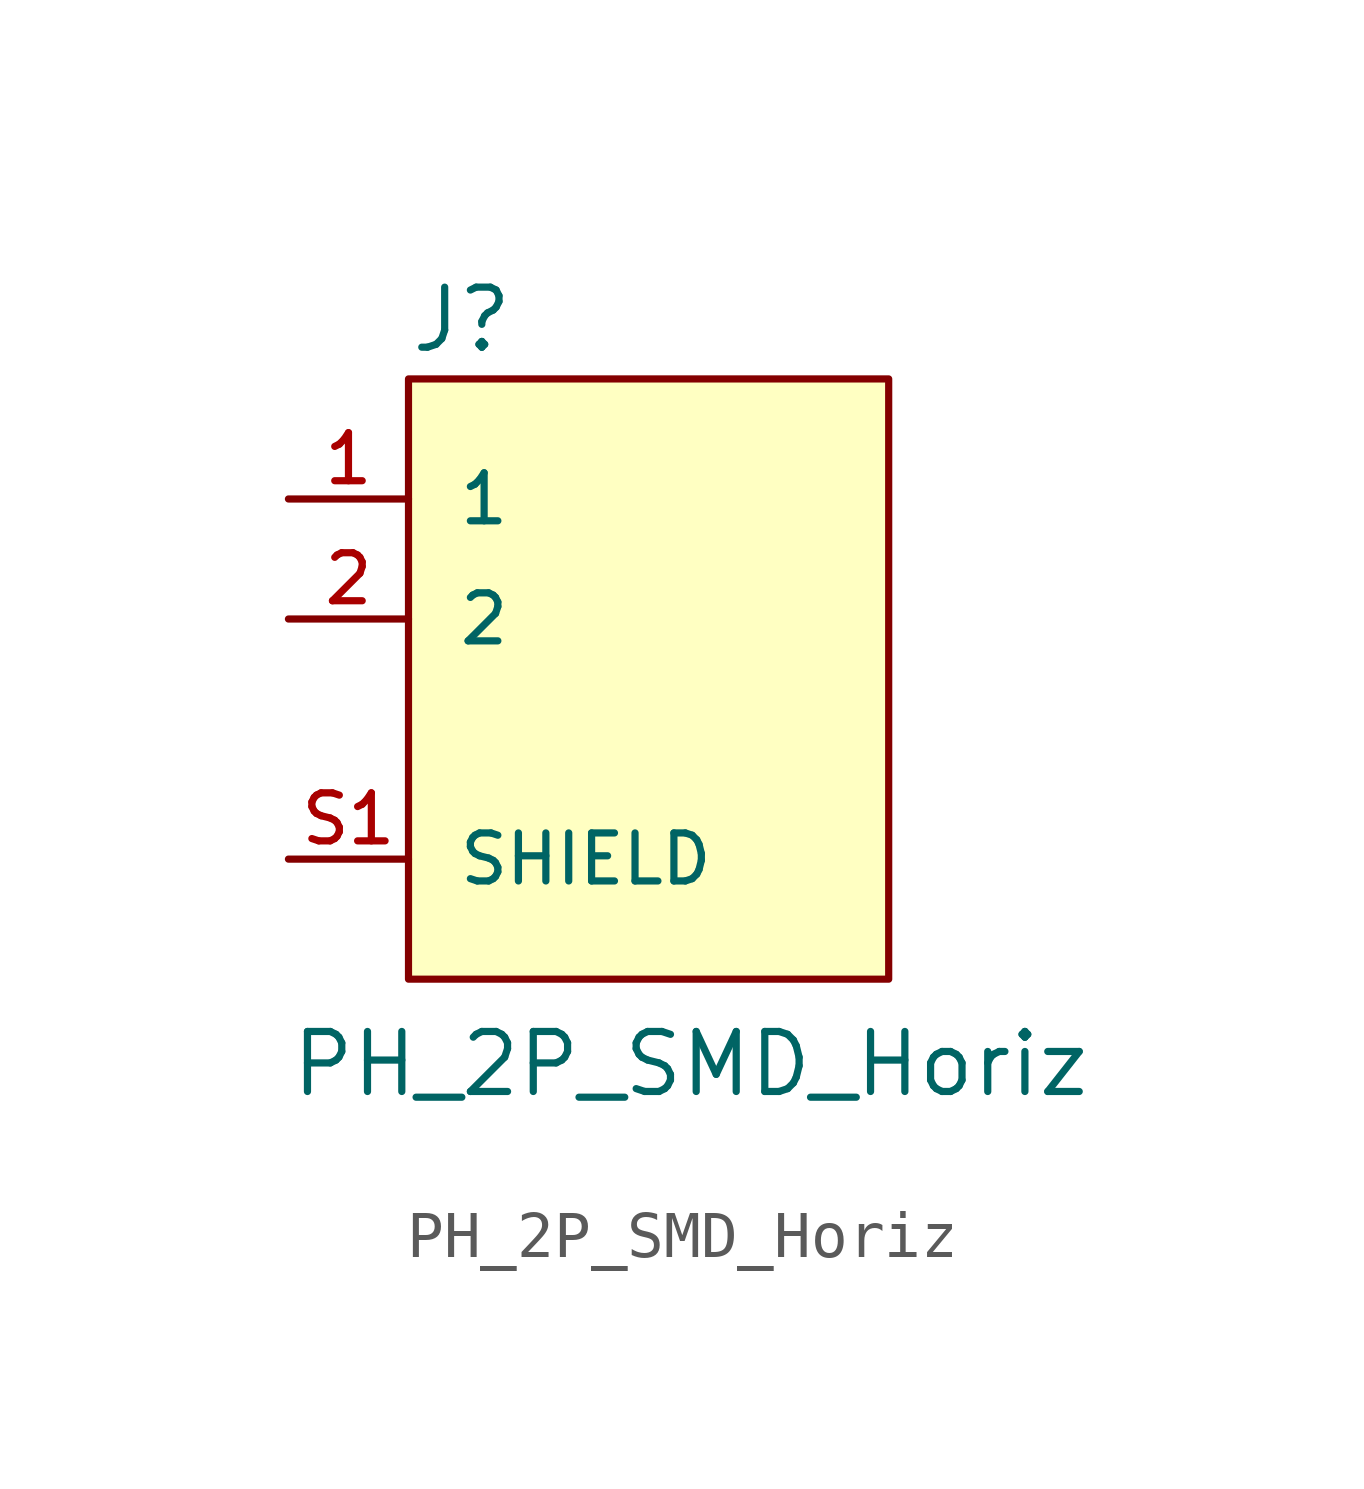
<source format=kicad_sym>
(kicad_symbol_lib
  (version 20211014)
  (generator kicad_symbol_editor)
  (symbol "PH_2P_SMD_Horiz"
    (pin_names
      (offset 1.016))
    (property "Reference" "J"
      (at -5.08 5.588 0)
      (effects (font (size 1.27 1.27)) (justify left bottom)))
    (property "Value" "PH_2P_SMD_Horiz"
      (at -7.62 -10.16 0)
      (effects (font (size 1.27 1.27)) (justify left bottom)))
    (symbol "PH_2P_SMD_Horiz_0_0"
      (rectangle (start -5.08 -7.62) (end 5.08 5.08) (stroke (width 0.152) (type default) (color 0 0 0 0)) (fill (type background)))
      (pin passive line (at -7.62 2.54 0) (length 2.54) (name "1" (effects (font (size 1.016 1.016)))) (number "1" (effects (font (size 1.016 1.016)))))
      (pin passive line (at -7.62 0 0) (length 2.54) (name "2" (effects (font (size 1.016 1.016)))) (number "2" (effects (font (size 1.016 1.016)))))
      (pin passive line (at -7.62 -5.08 0) (length 2.54) (name "SHIELD" (effects (font (size 1.016 1.016)))) (number "S1" (effects (font (size 1.016 1.016)))))
      (pin passive line (at -7.62 -5.08 0) (length 2.54) hide (name "SHIELD" (effects (font (size 1.016 1.016)))) (number "S2" (effects (font (size 1.016 1.016))))))))
</source>
